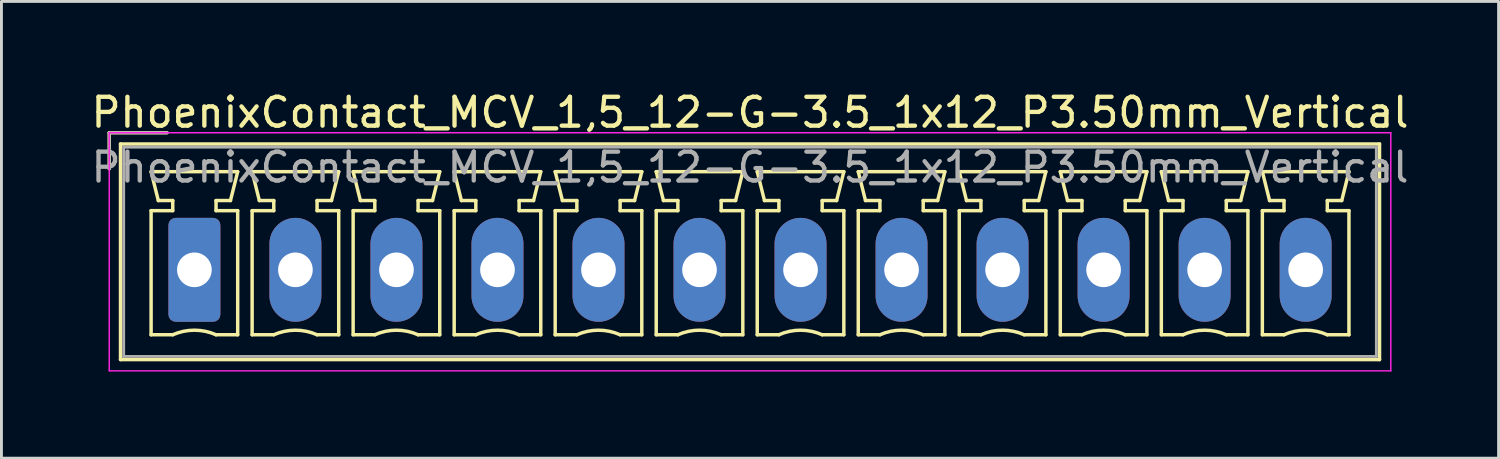
<source format=kicad_pcb>
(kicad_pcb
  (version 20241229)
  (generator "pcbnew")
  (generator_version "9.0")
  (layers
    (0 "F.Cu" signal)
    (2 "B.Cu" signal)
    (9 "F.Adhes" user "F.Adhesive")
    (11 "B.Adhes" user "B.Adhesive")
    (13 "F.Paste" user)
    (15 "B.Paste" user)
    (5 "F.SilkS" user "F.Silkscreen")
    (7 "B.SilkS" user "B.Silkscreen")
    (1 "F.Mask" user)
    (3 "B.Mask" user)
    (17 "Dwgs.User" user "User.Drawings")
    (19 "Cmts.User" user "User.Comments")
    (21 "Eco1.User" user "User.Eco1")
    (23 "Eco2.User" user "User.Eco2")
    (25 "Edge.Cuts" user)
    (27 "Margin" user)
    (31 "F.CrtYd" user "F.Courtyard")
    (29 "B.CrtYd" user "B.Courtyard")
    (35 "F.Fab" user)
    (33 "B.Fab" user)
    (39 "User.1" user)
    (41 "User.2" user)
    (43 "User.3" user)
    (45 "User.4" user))
  (footprint "PhoenixContact_MCV_1,5_12-G-3.5_1x12_P3.50mm_Vertical"
    (layer "F.Cu")
    (at 3.685 6.298)
    (property "Reference" "PhoenixContact_MCV_1,5_12-G-3.5_1x12_P3.50mm_Vertical" (at 19.25 -5.45 0) (layer "F.SilkS") (effects (font (size 1 1) (thickness 0.15))))
    (attr through_hole)
    (fp_line (start -2.95 -4.75) (end -0.95 -4.75) (stroke (width 0.12) (type solid)) (layer "F.SilkS"))
    (fp_line (start -2.95 -3.5) (end -2.95 -4.75) (stroke (width 0.12) (type solid)) (layer "F.SilkS"))
    (fp_line (start -2.56 -4.36) (end -2.56 3.11) (stroke (width 0.12) (type solid)) (layer "F.SilkS"))
    (fp_line (start -2.56 3.11) (end 41.06 3.11) (stroke (width 0.12) (type solid)) (layer "F.SilkS"))
    (fp_line (start -1.5 -3.4) (end 1.5 -3.4) (stroke (width 0.12) (type solid)) (layer "F.SilkS"))
    (fp_line (start -1.5 -2.05) (end -0.75 -2.05) (stroke (width 0.12) (type solid)) (layer "F.SilkS"))
    (fp_line (start -1.5 2.25) (end -1.5 -2.05) (stroke (width 0.12) (type solid)) (layer "F.SilkS"))
    (fp_line (start -1.25 -2.4) (end -1.5 -3.4) (stroke (width 0.12) (type solid)) (layer "F.SilkS"))
    (fp_line (start -0.75 -2.4) (end -1.25 -2.4) (stroke (width 0.12) (type solid)) (layer "F.SilkS"))
    (fp_line (start -0.75 -2.05) (end -0.75 -2.4) (stroke (width 0.12) (type solid)) (layer "F.SilkS"))
    (fp_line (start -0.75 2.25) (end -1.5 2.25) (stroke (width 0.12) (type solid)) (layer "F.SilkS"))
    (fp_line (start 0.75 -2.4) (end 0.75 -2.05) (stroke (width 0.12) (type solid)) (layer "F.SilkS"))
    (fp_line (start 0.75 -2.05) (end 1.5 -2.05) (stroke (width 0.12) (type solid)) (layer "F.SilkS"))
    (fp_line (start 1.25 -2.4) (end 0.75 -2.4) (stroke (width 0.12) (type solid)) (layer "F.SilkS"))
    (fp_line (start 1.5 -3.4) (end 1.25 -2.4) (stroke (width 0.12) (type solid)) (layer "F.SilkS"))
    (fp_line (start 1.5 -2.05) (end 1.5 2.25) (stroke (width 0.12) (type solid)) (layer "F.SilkS"))
    (fp_line (start 1.5 2.25) (end 0.75 2.25) (stroke (width 0.12) (type solid)) (layer "F.SilkS"))
    (fp_line (start 2 -3.4) (end 5 -3.4) (stroke (width 0.12) (type solid)) (layer "F.SilkS"))
    (fp_line (start 2 -2.05) (end 2.75 -2.05) (stroke (width 0.12) (type solid)) (layer "F.SilkS"))
    (fp_line (start 2 2.25) (end 2 -2.05) (stroke (width 0.12) (type solid)) (layer "F.SilkS"))
    (fp_line (start 2.25 -2.4) (end 2 -3.4) (stroke (width 0.12) (type solid)) (layer "F.SilkS"))
    (fp_line (start 2.75 -2.4) (end 2.25 -2.4) (stroke (width 0.12) (type solid)) (layer "F.SilkS"))
    (fp_line (start 2.75 -2.05) (end 2.75 -2.4) (stroke (width 0.12) (type solid)) (layer "F.SilkS"))
    (fp_line (start 2.75 2.25) (end 2 2.25) (stroke (width 0.12) (type solid)) (layer "F.SilkS"))
    (fp_line (start 4.25 -2.4) (end 4.25 -2.05) (stroke (width 0.12) (type solid)) (layer "F.SilkS"))
    (fp_line (start 4.25 -2.05) (end 5 -2.05) (stroke (width 0.12) (type solid)) (layer "F.SilkS"))
    (fp_line (start 4.75 -2.4) (end 4.25 -2.4) (stroke (width 0.12) (type solid)) (layer "F.SilkS"))
    (fp_line (start 5 -3.4) (end 4.75 -2.4) (stroke (width 0.12) (type solid)) (layer "F.SilkS"))
    (fp_line (start 5 -2.05) (end 5 2.25) (stroke (width 0.12) (type solid)) (layer "F.SilkS"))
    (fp_line (start 5 2.25) (end 4.25 2.25) (stroke (width 0.12) (type solid)) (layer "F.SilkS"))
    (fp_line (start 5.5 -3.4) (end 8.5 -3.4) (stroke (width 0.12) (type solid)) (layer "F.SilkS"))
    (fp_line (start 5.5 -2.05) (end 6.25 -2.05) (stroke (width 0.12) (type solid)) (layer "F.SilkS"))
    (fp_line (start 5.5 2.25) (end 5.5 -2.05) (stroke (width 0.12) (type solid)) (layer "F.SilkS"))
    (fp_line (start 5.75 -2.4) (end 5.5 -3.4) (stroke (width 0.12) (type solid)) (layer "F.SilkS"))
    (fp_line (start 6.25 -2.4) (end 5.75 -2.4) (stroke (width 0.12) (type solid)) (layer "F.SilkS"))
    (fp_line (start 6.25 -2.05) (end 6.25 -2.4) (stroke (width 0.12) (type solid)) (layer "F.SilkS"))
    (fp_line (start 6.25 2.25) (end 5.5 2.25) (stroke (width 0.12) (type solid)) (layer "F.SilkS"))
    (fp_line (start 7.75 -2.4) (end 7.75 -2.05) (stroke (width 0.12) (type solid)) (layer "F.SilkS"))
    (fp_line (start 7.75 -2.05) (end 8.5 -2.05) (stroke (width 0.12) (type solid)) (layer "F.SilkS"))
    (fp_line (start 8.25 -2.4) (end 7.75 -2.4) (stroke (width 0.12) (type solid)) (layer "F.SilkS"))
    (fp_line (start 8.5 -3.4) (end 8.25 -2.4) (stroke (width 0.12) (type solid)) (layer "F.SilkS"))
    (fp_line (start 8.5 -2.05) (end 8.5 2.25) (stroke (width 0.12) (type solid)) (layer "F.SilkS"))
    (fp_line (start 8.5 2.25) (end 7.75 2.25) (stroke (width 0.12) (type solid)) (layer "F.SilkS"))
    (fp_line (start 9 -3.4) (end 12 -3.4) (stroke (width 0.12) (type solid)) (layer "F.SilkS"))
    (fp_line (start 9 -2.05) (end 9.75 -2.05) (stroke (width 0.12) (type solid)) (layer "F.SilkS"))
    (fp_line (start 9 2.25) (end 9 -2.05) (stroke (width 0.12) (type solid)) (layer "F.SilkS"))
    (fp_line (start 9.25 -2.4) (end 9 -3.4) (stroke (width 0.12) (type solid)) (layer "F.SilkS"))
    (fp_line (start 9.75 -2.4) (end 9.25 -2.4) (stroke (width 0.12) (type solid)) (layer "F.SilkS"))
    (fp_line (start 9.75 -2.05) (end 9.75 -2.4) (stroke (width 0.12) (type solid)) (layer "F.SilkS"))
    (fp_line (start 9.75 2.25) (end 9 2.25) (stroke (width 0.12) (type solid)) (layer "F.SilkS"))
    (fp_line (start 11.25 -2.4) (end 11.25 -2.05) (stroke (width 0.12) (type solid)) (layer "F.SilkS"))
    (fp_line (start 11.25 -2.05) (end 12 -2.05) (stroke (width 0.12) (type solid)) (layer "F.SilkS"))
    (fp_line (start 11.75 -2.4) (end 11.25 -2.4) (stroke (width 0.12) (type solid)) (layer "F.SilkS"))
    (fp_line (start 12 -3.4) (end 11.75 -2.4) (stroke (width 0.12) (type solid)) (layer "F.SilkS"))
    (fp_line (start 12 -2.05) (end 12 2.25) (stroke (width 0.12) (type solid)) (layer "F.SilkS"))
    (fp_line (start 12 2.25) (end 11.25 2.25) (stroke (width 0.12) (type solid)) (layer "F.SilkS"))
    (fp_line (start 12.5 -3.4) (end 15.5 -3.4) (stroke (width 0.12) (type solid)) (layer "F.SilkS"))
    (fp_line (start 12.5 -2.05) (end 13.25 -2.05) (stroke (width 0.12) (type solid)) (layer "F.SilkS"))
    (fp_line (start 12.5 2.25) (end 12.5 -2.05) (stroke (width 0.12) (type solid)) (layer "F.SilkS"))
    (fp_line (start 12.75 -2.4) (end 12.5 -3.4) (stroke (width 0.12) (type solid)) (layer "F.SilkS"))
    (fp_line (start 13.25 -2.4) (end 12.75 -2.4) (stroke (width 0.12) (type solid)) (layer "F.SilkS"))
    (fp_line (start 13.25 -2.05) (end 13.25 -2.4) (stroke (width 0.12) (type solid)) (layer "F.SilkS"))
    (fp_line (start 13.25 2.25) (end 12.5 2.25) (stroke (width 0.12) (type solid)) (layer "F.SilkS"))
    (fp_line (start 14.75 -2.4) (end 14.75 -2.05) (stroke (width 0.12) (type solid)) (layer "F.SilkS"))
    (fp_line (start 14.75 -2.05) (end 15.5 -2.05) (stroke (width 0.12) (type solid)) (layer "F.SilkS"))
    (fp_line (start 15.25 -2.4) (end 14.75 -2.4) (stroke (width 0.12) (type solid)) (layer "F.SilkS"))
    (fp_line (start 15.5 -3.4) (end 15.25 -2.4) (stroke (width 0.12) (type solid)) (layer "F.SilkS"))
    (fp_line (start 15.5 -2.05) (end 15.5 2.25) (stroke (width 0.12) (type solid)) (layer "F.SilkS"))
    (fp_line (start 15.5 2.25) (end 14.75 2.25) (stroke (width 0.12) (type solid)) (layer "F.SilkS"))
    (fp_line (start 16 -3.4) (end 19 -3.4) (stroke (width 0.12) (type solid)) (layer "F.SilkS"))
    (fp_line (start 16 -2.05) (end 16.75 -2.05) (stroke (width 0.12) (type solid)) (layer "F.SilkS"))
    (fp_line (start 16 2.25) (end 16 -2.05) (stroke (width 0.12) (type solid)) (layer "F.SilkS"))
    (fp_line (start 16.25 -2.4) (end 16 -3.4) (stroke (width 0.12) (type solid)) (layer "F.SilkS"))
    (fp_line (start 16.75 -2.4) (end 16.25 -2.4) (stroke (width 0.12) (type solid)) (layer "F.SilkS"))
    (fp_line (start 16.75 -2.05) (end 16.75 -2.4) (stroke (width 0.12) (type solid)) (layer "F.SilkS"))
    (fp_line (start 16.75 2.25) (end 16 2.25) (stroke (width 0.12) (type solid)) (layer "F.SilkS"))
    (fp_line (start 18.25 -2.4) (end 18.25 -2.05) (stroke (width 0.12) (type solid)) (layer "F.SilkS"))
    (fp_line (start 18.25 -2.05) (end 19 -2.05) (stroke (width 0.12) (type solid)) (layer "F.SilkS"))
    (fp_line (start 18.75 -2.4) (end 18.25 -2.4) (stroke (width 0.12) (type solid)) (layer "F.SilkS"))
    (fp_line (start 19 -3.4) (end 18.75 -2.4) (stroke (width 0.12) (type solid)) (layer "F.SilkS"))
    (fp_line (start 19 -2.05) (end 19 2.25) (stroke (width 0.12) (type solid)) (layer "F.SilkS"))
    (fp_line (start 19 2.25) (end 18.25 2.25) (stroke (width 0.12) (type solid)) (layer "F.SilkS"))
    (fp_line (start 19.5 -3.4) (end 22.5 -3.4) (stroke (width 0.12) (type solid)) (layer "F.SilkS"))
    (fp_line (start 19.5 -2.05) (end 20.25 -2.05) (stroke (width 0.12) (type solid)) (layer "F.SilkS"))
    (fp_line (start 19.5 2.25) (end 19.5 -2.05) (stroke (width 0.12) (type solid)) (layer "F.SilkS"))
    (fp_line (start 19.75 -2.4) (end 19.5 -3.4) (stroke (width 0.12) (type solid)) (layer "F.SilkS"))
    (fp_line (start 20.25 -2.4) (end 19.75 -2.4) (stroke (width 0.12) (type solid)) (layer "F.SilkS"))
    (fp_line (start 20.25 -2.05) (end 20.25 -2.4) (stroke (width 0.12) (type solid)) (layer "F.SilkS"))
    (fp_line (start 20.25 2.25) (end 19.5 2.25) (stroke (width 0.12) (type solid)) (layer "F.SilkS"))
    (fp_line (start 21.75 -2.4) (end 21.75 -2.05) (stroke (width 0.12) (type solid)) (layer "F.SilkS"))
    (fp_line (start 21.75 -2.05) (end 22.5 -2.05) (stroke (width 0.12) (type solid)) (layer "F.SilkS"))
    (fp_line (start 22.25 -2.4) (end 21.75 -2.4) (stroke (width 0.12) (type solid)) (layer "F.SilkS"))
    (fp_line (start 22.5 -3.4) (end 22.25 -2.4) (stroke (width 0.12) (type solid)) (layer "F.SilkS"))
    (fp_line (start 22.5 -2.05) (end 22.5 2.25) (stroke (width 0.12) (type solid)) (layer "F.SilkS"))
    (fp_line (start 22.5 2.25) (end 21.75 2.25) (stroke (width 0.12) (type solid)) (layer "F.SilkS"))
    (fp_line (start 23 -3.4) (end 26 -3.4) (stroke (width 0.12) (type solid)) (layer "F.SilkS"))
    (fp_line (start 23 -2.05) (end 23.75 -2.05) (stroke (width 0.12) (type solid)) (layer "F.SilkS"))
    (fp_line (start 23 2.25) (end 23 -2.05) (stroke (width 0.12) (type solid)) (layer "F.SilkS"))
    (fp_line (start 23.25 -2.4) (end 23 -3.4) (stroke (width 0.12) (type solid)) (layer "F.SilkS"))
    (fp_line (start 23.75 -2.4) (end 23.25 -2.4) (stroke (width 0.12) (type solid)) (layer "F.SilkS"))
    (fp_line (start 23.75 -2.05) (end 23.75 -2.4) (stroke (width 0.12) (type solid)) (layer "F.SilkS"))
    (fp_line (start 23.75 2.25) (end 23 2.25) (stroke (width 0.12) (type solid)) (layer "F.SilkS"))
    (fp_line (start 25.25 -2.4) (end 25.25 -2.05) (stroke (width 0.12) (type solid)) (layer "F.SilkS"))
    (fp_line (start 25.25 -2.05) (end 26 -2.05) (stroke (width 0.12) (type solid)) (layer "F.SilkS"))
    (fp_line (start 25.75 -2.4) (end 25.25 -2.4) (stroke (width 0.12) (type solid)) (layer "F.SilkS"))
    (fp_line (start 26 -3.4) (end 25.75 -2.4) (stroke (width 0.12) (type solid)) (layer "F.SilkS"))
    (fp_line (start 26 -2.05) (end 26 2.25) (stroke (width 0.12) (type solid)) (layer "F.SilkS"))
    (fp_line (start 26 2.25) (end 25.25 2.25) (stroke (width 0.12) (type solid)) (layer "F.SilkS"))
    (fp_line (start 26.5 -3.4) (end 29.5 -3.4) (stroke (width 0.12) (type solid)) (layer "F.SilkS"))
    (fp_line (start 26.5 -2.05) (end 27.25 -2.05) (stroke (width 0.12) (type solid)) (layer "F.SilkS"))
    (fp_line (start 26.5 2.25) (end 26.5 -2.05) (stroke (width 0.12) (type solid)) (layer "F.SilkS"))
    (fp_line (start 26.75 -2.4) (end 26.5 -3.4) (stroke (width 0.12) (type solid)) (layer "F.SilkS"))
    (fp_line (start 27.25 -2.4) (end 26.75 -2.4) (stroke (width 0.12) (type solid)) (layer "F.SilkS"))
    (fp_line (start 27.25 -2.05) (end 27.25 -2.4) (stroke (width 0.12) (type solid)) (layer "F.SilkS"))
    (fp_line (start 27.25 2.25) (end 26.5 2.25) (stroke (width 0.12) (type solid)) (layer "F.SilkS"))
    (fp_line (start 28.75 -2.4) (end 28.75 -2.05) (stroke (width 0.12) (type solid)) (layer "F.SilkS"))
    (fp_line (start 28.75 -2.05) (end 29.5 -2.05) (stroke (width 0.12) (type solid)) (layer "F.SilkS"))
    (fp_line (start 29.25 -2.4) (end 28.75 -2.4) (stroke (width 0.12) (type solid)) (layer "F.SilkS"))
    (fp_line (start 29.5 -3.4) (end 29.25 -2.4) (stroke (width 0.12) (type solid)) (layer "F.SilkS"))
    (fp_line (start 29.5 -2.05) (end 29.5 2.25) (stroke (width 0.12) (type solid)) (layer "F.SilkS"))
    (fp_line (start 29.5 2.25) (end 28.75 2.25) (stroke (width 0.12) (type solid)) (layer "F.SilkS"))
    (fp_line (start 30 -3.4) (end 33 -3.4) (stroke (width 0.12) (type solid)) (layer "F.SilkS"))
    (fp_line (start 30 -2.05) (end 30.75 -2.05) (stroke (width 0.12) (type solid)) (layer "F.SilkS"))
    (fp_line (start 30 2.25) (end 30 -2.05) (stroke (width 0.12) (type solid)) (layer "F.SilkS"))
    (fp_line (start 30.25 -2.4) (end 30 -3.4) (stroke (width 0.12) (type solid)) (layer "F.SilkS"))
    (fp_line (start 30.75 -2.4) (end 30.25 -2.4) (stroke (width 0.12) (type solid)) (layer "F.SilkS"))
    (fp_line (start 30.75 -2.05) (end 30.75 -2.4) (stroke (width 0.12) (type solid)) (layer "F.SilkS"))
    (fp_line (start 30.75 2.25) (end 30 2.25) (stroke (width 0.12) (type solid)) (layer "F.SilkS"))
    (fp_line (start 32.25 -2.4) (end 32.25 -2.05) (stroke (width 0.12) (type solid)) (layer "F.SilkS"))
    (fp_line (start 32.25 -2.05) (end 33 -2.05) (stroke (width 0.12) (type solid)) (layer "F.SilkS"))
    (fp_line (start 32.75 -2.4) (end 32.25 -2.4) (stroke (width 0.12) (type solid)) (layer "F.SilkS"))
    (fp_line (start 33 -3.4) (end 32.75 -2.4) (stroke (width 0.12) (type solid)) (layer "F.SilkS"))
    (fp_line (start 33 -2.05) (end 33 2.25) (stroke (width 0.12) (type solid)) (layer "F.SilkS"))
    (fp_line (start 33 2.25) (end 32.25 2.25) (stroke (width 0.12) (type solid)) (layer "F.SilkS"))
    (fp_line (start 33.5 -3.4) (end 36.5 -3.4) (stroke (width 0.12) (type solid)) (layer "F.SilkS"))
    (fp_line (start 33.5 -2.05) (end 34.25 -2.05) (stroke (width 0.12) (type solid)) (layer "F.SilkS"))
    (fp_line (start 33.5 2.25) (end 33.5 -2.05) (stroke (width 0.12) (type solid)) (layer "F.SilkS"))
    (fp_line (start 33.75 -2.4) (end 33.5 -3.4) (stroke (width 0.12) (type solid)) (layer "F.SilkS"))
    (fp_line (start 34.25 -2.4) (end 33.75 -2.4) (stroke (width 0.12) (type solid)) (layer "F.SilkS"))
    (fp_line (start 34.25 -2.05) (end 34.25 -2.4) (stroke (width 0.12) (type solid)) (layer "F.SilkS"))
    (fp_line (start 34.25 2.25) (end 33.5 2.25) (stroke (width 0.12) (type solid)) (layer "F.SilkS"))
    (fp_line (start 35.75 -2.4) (end 35.75 -2.05) (stroke (width 0.12) (type solid)) (layer "F.SilkS"))
    (fp_line (start 35.75 -2.05) (end 36.5 -2.05) (stroke (width 0.12) (type solid)) (layer "F.SilkS"))
    (fp_line (start 36.25 -2.4) (end 35.75 -2.4) (stroke (width 0.12) (type solid)) (layer "F.SilkS"))
    (fp_line (start 36.5 -3.4) (end 36.25 -2.4) (stroke (width 0.12) (type solid)) (layer "F.SilkS"))
    (fp_line (start 36.5 -2.05) (end 36.5 2.25) (stroke (width 0.12) (type solid)) (layer "F.SilkS"))
    (fp_line (start 36.5 2.25) (end 35.75 2.25) (stroke (width 0.12) (type solid)) (layer "F.SilkS"))
    (fp_line (start 37 -3.4) (end 40 -3.4) (stroke (width 0.12) (type solid)) (layer "F.SilkS"))
    (fp_line (start 37 -2.05) (end 37.75 -2.05) (stroke (width 0.12) (type solid)) (layer "F.SilkS"))
    (fp_line (start 37 2.25) (end 37 -2.05) (stroke (width 0.12) (type solid)) (layer "F.SilkS"))
    (fp_line (start 37.25 -2.4) (end 37 -3.4) (stroke (width 0.12) (type solid)) (layer "F.SilkS"))
    (fp_line (start 37.75 -2.4) (end 37.25 -2.4) (stroke (width 0.12) (type solid)) (layer "F.SilkS"))
    (fp_line (start 37.75 -2.05) (end 37.75 -2.4) (stroke (width 0.12) (type solid)) (layer "F.SilkS"))
    (fp_line (start 37.75 2.25) (end 37 2.25) (stroke (width 0.12) (type solid)) (layer "F.SilkS"))
    (fp_line (start 39.25 -2.4) (end 39.25 -2.05) (stroke (width 0.12) (type solid)) (layer "F.SilkS"))
    (fp_line (start 39.25 -2.05) (end 40 -2.05) (stroke (width 0.12) (type solid)) (layer "F.SilkS"))
    (fp_line (start 39.75 -2.4) (end 39.25 -2.4) (stroke (width 0.12) (type solid)) (layer "F.SilkS"))
    (fp_line (start 40 -3.4) (end 39.75 -2.4) (stroke (width 0.12) (type solid)) (layer "F.SilkS"))
    (fp_line (start 40 -2.05) (end 40 2.25) (stroke (width 0.12) (type solid)) (layer "F.SilkS"))
    (fp_line (start 40 2.25) (end 39.25 2.25) (stroke (width 0.12) (type solid)) (layer "F.SilkS"))
    (fp_line (start 41.06 -4.36) (end -2.56 -4.36) (stroke (width 0.12) (type solid)) (layer "F.SilkS"))
    (fp_line (start 41.06 3.11) (end 41.06 -4.36) (stroke (width 0.12) (type solid)) (layer "F.SilkS"))
    (fp_arc (start -0.75 2.25) (mid -0.000193 2.09191) (end 0.749647 2.249844) (stroke (width 0.12) (type solid)) (layer "F.SilkS"))
    (fp_arc (start 2.75 2.25) (mid 3.499807 2.09191) (end 4.249647 2.249844) (stroke (width 0.12) (type solid)) (layer "F.SilkS"))
    (fp_arc (start 6.25 2.25) (mid 6.999807 2.09191) (end 7.749647 2.249844) (stroke (width 0.12) (type solid)) (layer "F.SilkS"))
    (fp_arc (start 9.75 2.25) (mid 10.499807 2.09191) (end 11.249647 2.249844) (stroke (width 0.12) (type solid)) (layer "F.SilkS"))
    (fp_arc (start 13.25 2.25) (mid 13.999807 2.09191) (end 14.749647 2.249844) (stroke (width 0.12) (type solid)) (layer "F.SilkS"))
    (fp_arc (start 16.75 2.25) (mid 17.499807 2.09191) (end 18.249647 2.249844) (stroke (width 0.12) (type solid)) (layer "F.SilkS"))
    (fp_arc (start 20.25 2.25) (mid 20.999807 2.09191) (end 21.749647 2.249844) (stroke (width 0.12) (type solid)) (layer "F.SilkS"))
    (fp_arc (start 23.75 2.25) (mid 24.499807 2.09191) (end 25.249647 2.249844) (stroke (width 0.12) (type solid)) (layer "F.SilkS"))
    (fp_arc (start 27.25 2.25) (mid 27.999807 2.09191) (end 28.749647 2.249844) (stroke (width 0.12) (type solid)) (layer "F.SilkS"))
    (fp_arc (start 30.75 2.25) (mid 31.499807 2.09191) (end 32.249647 2.249844) (stroke (width 0.12) (type solid)) (layer "F.SilkS"))
    (fp_arc (start 34.25 2.25) (mid 34.999807 2.09191) (end 35.749647 2.249844) (stroke (width 0.12) (type solid)) (layer "F.SilkS"))
    (fp_arc (start 37.75 2.25) (mid 38.499807 2.09191) (end 39.249647 2.249844) (stroke (width 0.12) (type solid)) (layer "F.SilkS"))
    (fp_line (start -2.95 -4.75) (end -2.95 3.5) (stroke (width 0.05) (type solid)) (layer "F.CrtYd"))
    (fp_line (start -2.95 3.5) (end 41.45 3.5) (stroke (width 0.05) (type solid)) (layer "F.CrtYd"))
    (fp_line (start 41.45 -4.75) (end -2.95 -4.75) (stroke (width 0.05) (type solid)) (layer "F.CrtYd"))
    (fp_line (start 41.45 3.5) (end 41.45 -4.75) (stroke (width 0.05) (type solid)) (layer "F.CrtYd"))
    (fp_line (start -2.95 -4.75) (end -0.95 -4.75) (stroke (width 0.1) (type solid)) (layer "F.Fab"))
    (fp_line (start -2.95 -3.5) (end -2.95 -4.75) (stroke (width 0.1) (type solid)) (layer "F.Fab"))
    (fp_line (start -2.45 -4.25) (end -2.45 3) (stroke (width 0.1) (type solid)) (layer "F.Fab"))
    (fp_line (start -2.45 3) (end 40.95 3) (stroke (width 0.1) (type solid)) (layer "F.Fab"))
    (fp_line (start 40.95 -4.25) (end -2.45 -4.25) (stroke (width 0.1) (type solid)) (layer "F.Fab"))
    (fp_line (start 40.95 3) (end 40.95 -4.25) (stroke (width 0.1) (type solid)) (layer "F.Fab"))
    (fp_text user "${REFERENCE}" (at 19.25 -3.55 0) (layer "F.Fab") (effects (font (size 1 1) (thickness 0.15))))
    (pad "1" thru_hole roundrect (at 0 0) (size 1.8 3.6) (drill 1.2) (layers "*.Cu" "*.Mask") (roundrect_rratio 0.139))
    (pad "2" thru_hole oval (at 3.5 0) (size 1.8 3.6) (drill 1.2) (layers "*.Cu" "*.Mask"))
    (pad "3" thru_hole oval (at 7 0) (size 1.8 3.6) (drill 1.2) (layers "*.Cu" "*.Mask"))
    (pad "4" thru_hole oval (at 10.5 0) (size 1.8 3.6) (drill 1.2) (layers "*.Cu" "*.Mask"))
    (pad "5" thru_hole oval (at 14 0) (size 1.8 3.6) (drill 1.2) (layers "*.Cu" "*.Mask"))
    (pad "6" thru_hole oval (at 17.5 0) (size 1.8 3.6) (drill 1.2) (layers "*.Cu" "*.Mask"))
    (pad "7" thru_hole oval (at 21 0) (size 1.8 3.6) (drill 1.2) (layers "*.Cu" "*.Mask"))
    (pad "8" thru_hole oval (at 24.5 0) (size 1.8 3.6) (drill 1.2) (layers "*.Cu" "*.Mask"))
    (pad "9" thru_hole oval (at 28 0) (size 1.8 3.6) (drill 1.2) (layers "*.Cu" "*.Mask"))
    (pad "10" thru_hole oval (at 31.5 0) (size 1.8 3.6) (drill 1.2) (layers "*.Cu" "*.Mask"))
    (pad "11" thru_hole oval (at 35 0) (size 1.8 3.6) (drill 1.2) (layers "*.Cu" "*.Mask"))
    (pad "12" thru_hole oval (at 38.5 0) (size 1.8 3.6) (drill 1.2) (layers "*.Cu" "*.Mask")))
  (gr_rect
    (start -3 -3)
    (end 48.869 12.823)
    (stroke (width 0.1) (type default))
    (fill no)
    (layer "Edge.Cuts")))
</source>
